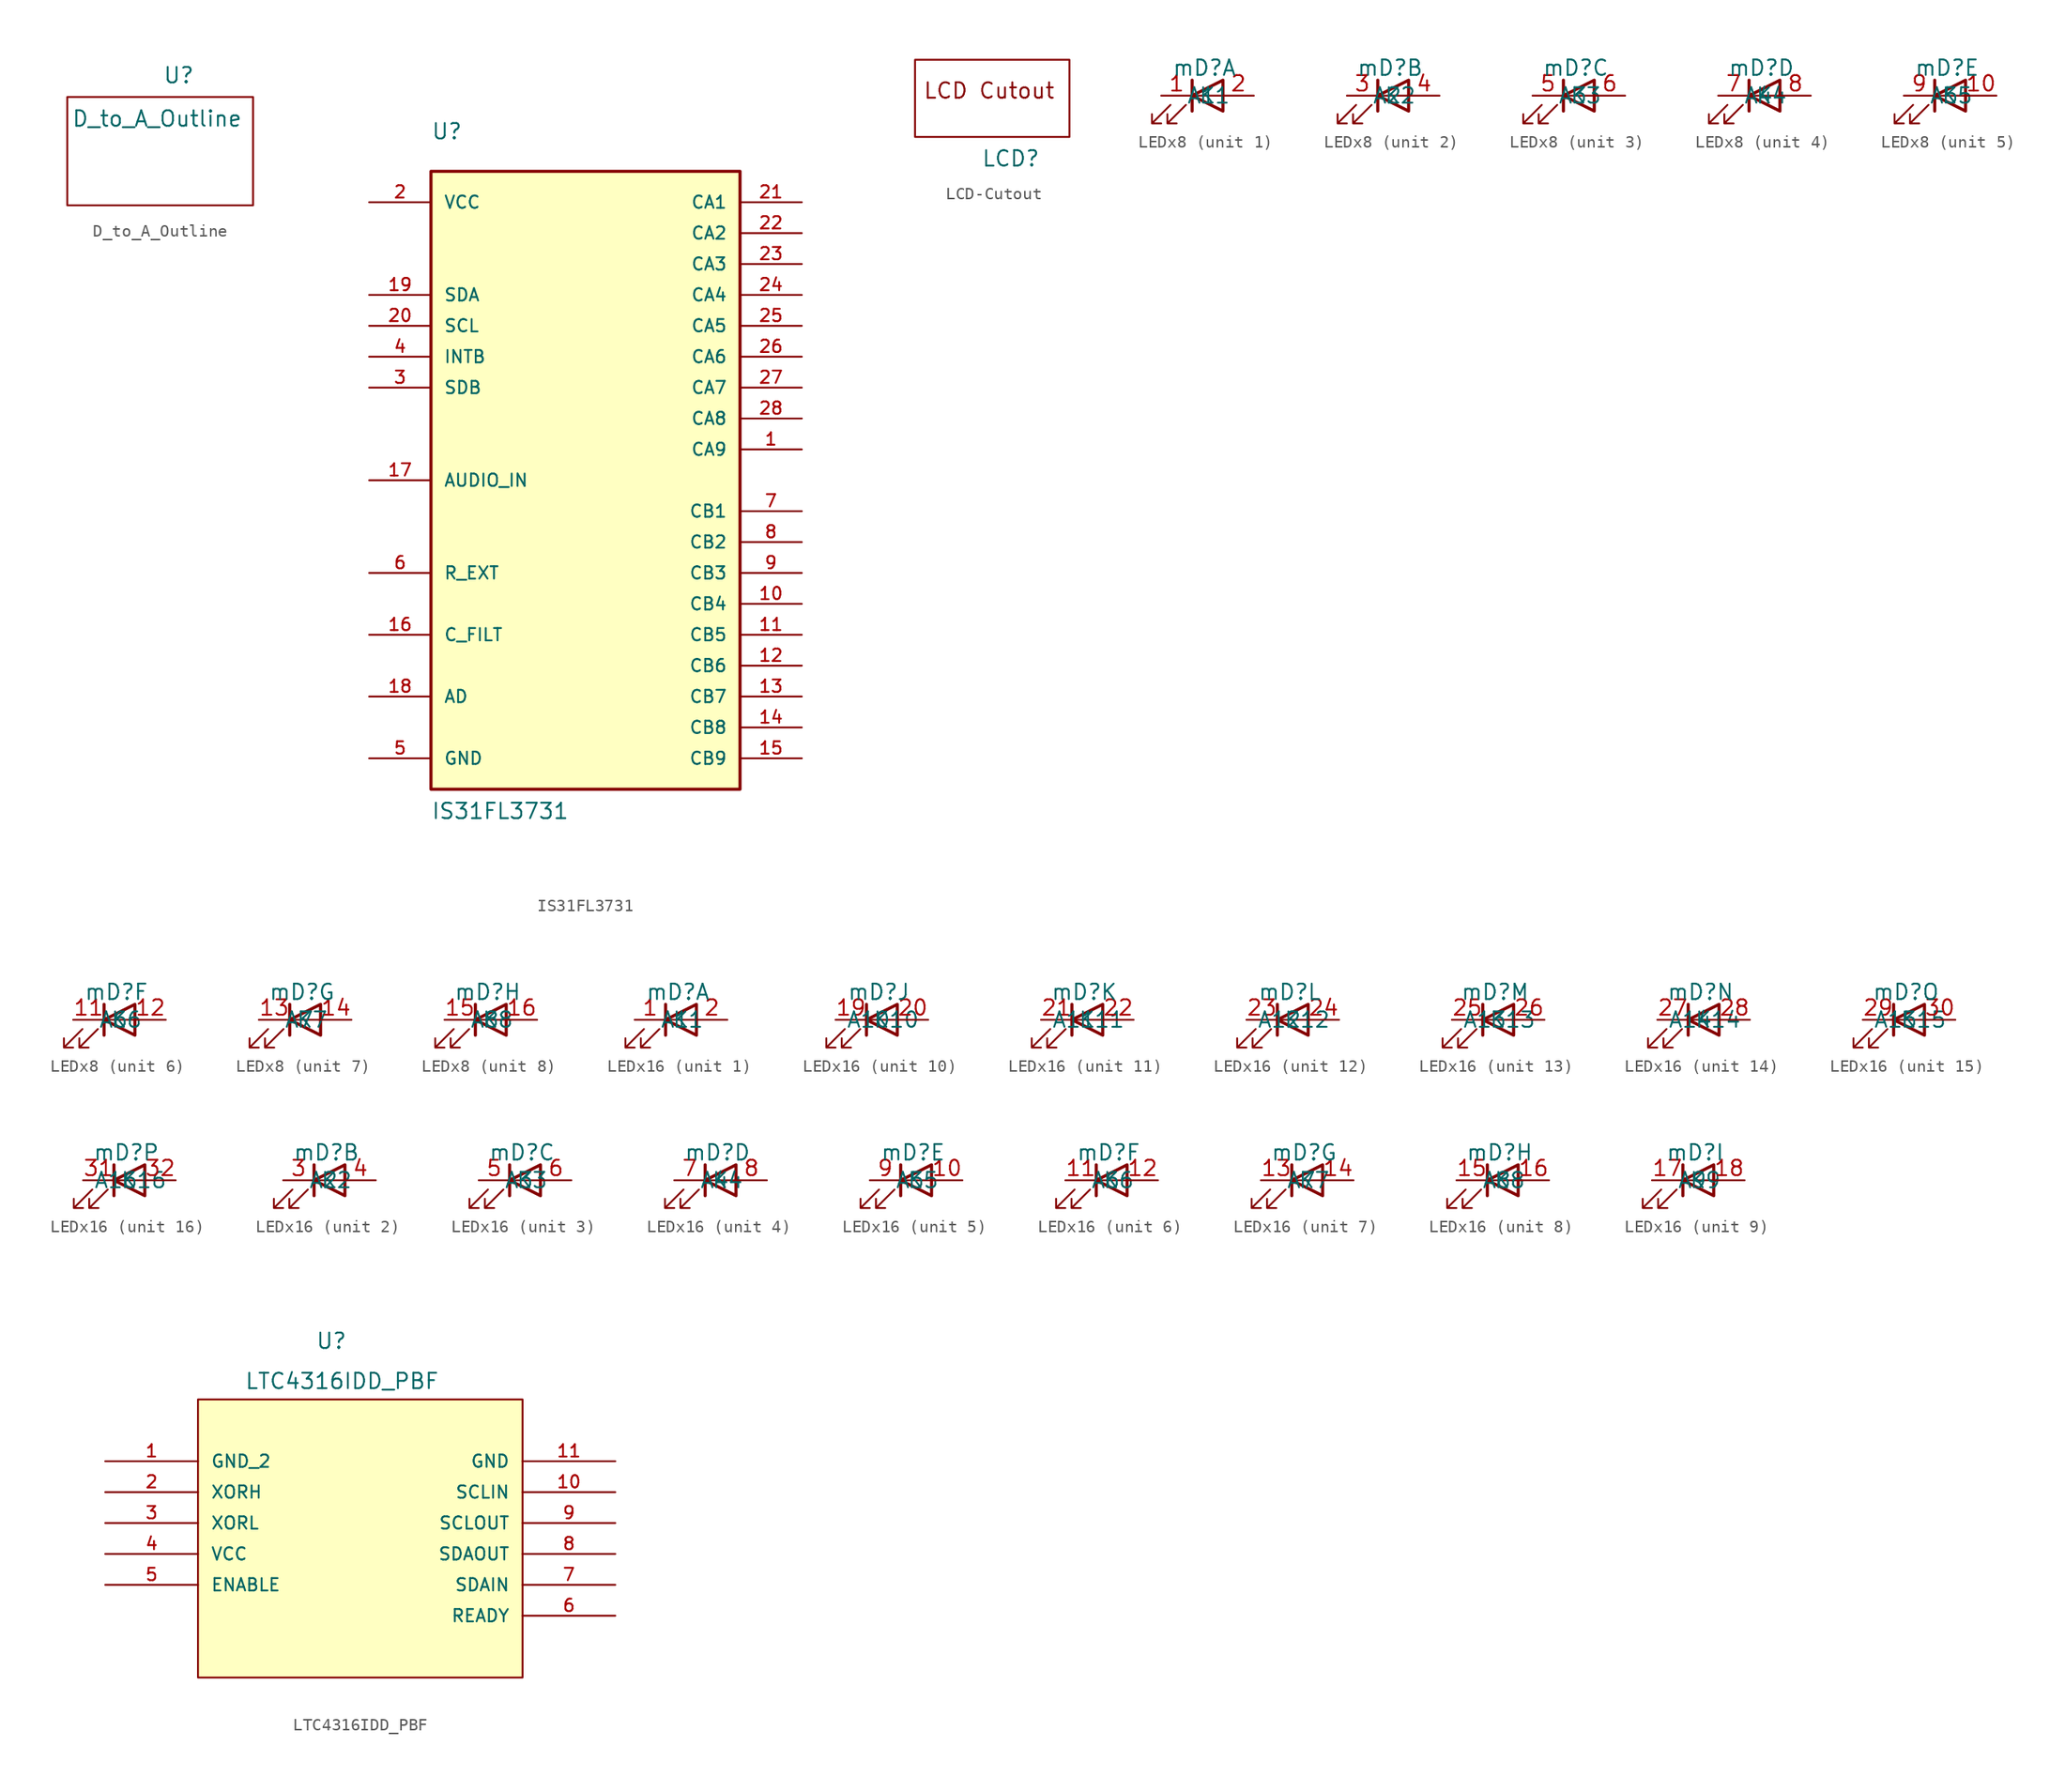
<source format=kicad_sym>
(kicad_symbol_lib
  (version 20231120)
  (generator "kicad_symbol_editor")
  (generator_version "8.0")
  (symbol "D_to_A_Outline"
    (property "Reference" "U"
      (at 1.524 6.858 0)
      (effects (font (size 1.27 1.27))))
    (property "Value" "D_to_A_Outline"
      (at -0.254 3.302 0)
      (effects (font (size 1.27 1.27))))
    (symbol "D_to_A_Outline_0_1"
      (rectangle (start -7.62 5.08) (end 7.62 -3.81) (stroke (width 0) (type default)) (fill (type none)))))
  (symbol "IS31FL3731"
    (pin_names
      (offset 1.016))
    (property "Reference" "U"
      (at -12.7 27.94 0)
      (effects (font (size 1.27 1.27)) (justify left bottom)))
    (property "Value" "IS31FL3731"
      (at -12.7 -27.94 0)
      (effects (font (size 1.27 1.27)) (justify left bottom)))
    (symbol "IS31FL3731_0_0"
      (rectangle (start -12.7 -25.4) (end 12.7 25.4) (stroke (width 0.254) (type default)) (fill (type background)))
      (pin bidirectional line (at 17.78 2.54 180) (length 5.08) (name "CA9" (effects (font (size 1.016 1.016)))) (number "1" (effects (font (size 1.016 1.016)))))
      (pin bidirectional line (at 17.78 -10.16 180) (length 5.08) (name "CB4" (effects (font (size 1.016 1.016)))) (number "10" (effects (font (size 1.016 1.016)))))
      (pin bidirectional line (at 17.78 -12.7 180) (length 5.08) (name "CB5" (effects (font (size 1.016 1.016)))) (number "11" (effects (font (size 1.016 1.016)))))
      (pin bidirectional line (at 17.78 -15.24 180) (length 5.08) (name "CB6" (effects (font (size 1.016 1.016)))) (number "12" (effects (font (size 1.016 1.016)))))
      (pin bidirectional line (at 17.78 -17.78 180) (length 5.08) (name "CB7" (effects (font (size 1.016 1.016)))) (number "13" (effects (font (size 1.016 1.016)))))
      (pin bidirectional line (at 17.78 -20.32 180) (length 5.08) (name "CB8" (effects (font (size 1.016 1.016)))) (number "14" (effects (font (size 1.016 1.016)))))
      (pin bidirectional line (at 17.78 -22.86 180) (length 5.08) (name "CB9" (effects (font (size 1.016 1.016)))) (number "15" (effects (font (size 1.016 1.016)))))
      (pin bidirectional line (at -17.78 -12.7 0) (length 5.08) (name "C_FILT" (effects (font (size 1.016 1.016)))) (number "16" (effects (font (size 1.016 1.016)))))
      (pin bidirectional line (at -17.78 0 0) (length 5.08) (name "AUDIO_IN" (effects (font (size 1.016 1.016)))) (number "17" (effects (font (size 1.016 1.016)))))
      (pin bidirectional line (at -17.78 -17.78 0) (length 5.08) (name "AD" (effects (font (size 1.016 1.016)))) (number "18" (effects (font (size 1.016 1.016)))))
      (pin bidirectional line (at -17.78 15.24 0) (length 5.08) (name "SDA" (effects (font (size 1.016 1.016)))) (number "19" (effects (font (size 1.016 1.016)))))
      (pin bidirectional line (at -17.78 22.86 0) (length 5.08) (name "VCC" (effects (font (size 1.016 1.016)))) (number "2" (effects (font (size 1.016 1.016)))))
      (pin bidirectional line (at -17.78 12.7 0) (length 5.08) (name "SCL" (effects (font (size 1.016 1.016)))) (number "20" (effects (font (size 1.016 1.016)))))
      (pin bidirectional line (at 17.78 22.86 180) (length 5.08) (name "CA1" (effects (font (size 1.016 1.016)))) (number "21" (effects (font (size 1.016 1.016)))))
      (pin bidirectional line (at 17.78 20.32 180) (length 5.08) (name "CA2" (effects (font (size 1.016 1.016)))) (number "22" (effects (font (size 1.016 1.016)))))
      (pin bidirectional line (at 17.78 17.78 180) (length 5.08) (name "CA3" (effects (font (size 1.016 1.016)))) (number "23" (effects (font (size 1.016 1.016)))))
      (pin bidirectional line (at 17.78 15.24 180) (length 5.08) (name "CA4" (effects (font (size 1.016 1.016)))) (number "24" (effects (font (size 1.016 1.016)))))
      (pin bidirectional line (at 17.78 12.7 180) (length 5.08) (name "CA5" (effects (font (size 1.016 1.016)))) (number "25" (effects (font (size 1.016 1.016)))))
      (pin bidirectional line (at 17.78 10.16 180) (length 5.08) (name "CA6" (effects (font (size 1.016 1.016)))) (number "26" (effects (font (size 1.016 1.016)))))
      (pin bidirectional line (at 17.78 7.62 180) (length 5.08) (name "CA7" (effects (font (size 1.016 1.016)))) (number "27" (effects (font (size 1.016 1.016)))))
      (pin bidirectional line (at 17.78 5.08 180) (length 5.08) (name "CA8" (effects (font (size 1.016 1.016)))) (number "28" (effects (font (size 1.016 1.016)))))
      (pin bidirectional line (at -17.78 7.62 0) (length 5.08) (name "SDB" (effects (font (size 1.016 1.016)))) (number "3" (effects (font (size 1.016 1.016)))))
      (pin bidirectional line (at -17.78 10.16 0) (length 5.08) (name "INTB" (effects (font (size 1.016 1.016)))) (number "4" (effects (font (size 1.016 1.016)))))
      (pin bidirectional line (at -17.78 -22.86 0) (length 5.08) (name "GND" (effects (font (size 1.016 1.016)))) (number "5" (effects (font (size 1.016 1.016)))))
      (pin bidirectional line (at -17.78 -7.62 0) (length 5.08) (name "R_EXT" (effects (font (size 1.016 1.016)))) (number "6" (effects (font (size 1.016 1.016)))))
      (pin bidirectional line (at 17.78 -2.54 180) (length 5.08) (name "CB1" (effects (font (size 1.016 1.016)))) (number "7" (effects (font (size 1.016 1.016)))))
      (pin bidirectional line (at 17.78 -5.08 180) (length 5.08) (name "CB2" (effects (font (size 1.016 1.016)))) (number "8" (effects (font (size 1.016 1.016)))))
      (pin bidirectional line (at 17.78 -7.62 180) (length 5.08) (name "CB3" (effects (font (size 1.016 1.016)))) (number "9" (effects (font (size 1.016 1.016)))))))
  (symbol "LCD-Cutout"
    (property "Reference" "LCD"
      (at -4.826 -1.778 0)
      (effects (font (size 1.27 1.27))))
    (property "Value" ""
      (at 0 0 0)
      (effects (font (size 1.27 1.27))))
    (symbol "LCD-Cutout_0_1"
      (rectangle (start -12.7 6.35) (end 0 0) (stroke (width 0) (type default)) (fill (type none))))
    (symbol "LCD-Cutout_1_1"
      (text "LCD Cutout" (at -6.604 3.81 0) (effects (font (size 1.27 1.27))))))
  (symbol "LEDx8"
    (property "Reference" "mD"
      (at -0.254 2.286 0)
      (effects (font (size 1.27 1.27))))
    (property "Value" ""
      (at 0 0 0)
      (effects (font (size 1.27 1.27))))
    (symbol "LEDx8_0_1"
      (polyline (pts (xy -1.27 -1.27) (xy -1.27 1.27)) (stroke (width 0.254) (type default)) (fill (type none)))
      (polyline (pts (xy -1.27 0) (xy 1.27 0)) (stroke (width 0) (type default)) (fill (type none)))
      (polyline (pts (xy 1.27 -1.27) (xy 1.27 1.27) (xy -1.27 0) (xy 1.27 -1.27)) (stroke (width 0.254) (type default)) (fill (type none)))
      (polyline (pts (xy -3.048 -0.762) (xy -4.572 -2.286) (xy -3.81 -2.286) (xy -4.572 -2.286) (xy -4.572 -1.524)) (stroke (width 0) (type default)) (fill (type none)))
      (polyline (pts (xy -1.778 -0.762) (xy -3.302 -2.286) (xy -2.54 -2.286) (xy -3.302 -2.286) (xy -3.302 -1.524)) (stroke (width 0) (type default)) (fill (type none))))
    (symbol "LEDx8_1_1"
      (pin passive line (at -3.81 0 0) (length 2.54) (name "K1" (effects (font (size 1.27 1.27)))) (number "1" (effects (font (size 1.27 1.27)))))
      (pin passive line (at 3.81 0 180) (length 2.54) (name "A1" (effects (font (size 1.27 1.27)))) (number "2" (effects (font (size 1.27 1.27))))))
    (symbol "LEDx8_2_1"
      (pin passive line (at -3.81 0 0) (length 2.54) (name "K2" (effects (font (size 1.27 1.27)))) (number "3" (effects (font (size 1.27 1.27)))))
      (pin passive line (at 3.81 0 180) (length 2.54) (name "A2" (effects (font (size 1.27 1.27)))) (number "4" (effects (font (size 1.27 1.27))))))
    (symbol "LEDx8_3_1"
      (pin passive line (at -3.81 0 0) (length 2.54) (name "K3" (effects (font (size 1.27 1.27)))) (number "5" (effects (font (size 1.27 1.27)))))
      (pin passive line (at 3.81 0 180) (length 2.54) (name "A3" (effects (font (size 1.27 1.27)))) (number "6" (effects (font (size 1.27 1.27))))))
    (symbol "LEDx8_4_1"
      (pin passive line (at -3.81 0 0) (length 2.54) (name "K4" (effects (font (size 1.27 1.27)))) (number "7" (effects (font (size 1.27 1.27)))))
      (pin passive line (at 3.81 0 180) (length 2.54) (name "A4" (effects (font (size 1.27 1.27)))) (number "8" (effects (font (size 1.27 1.27))))))
    (symbol "LEDx8_5_1"
      (pin passive line (at 3.81 0 180) (length 2.54) (name "A5" (effects (font (size 1.27 1.27)))) (number "10" (effects (font (size 1.27 1.27)))))
      (pin passive line (at -3.81 0 0) (length 2.54) (name "K5" (effects (font (size 1.27 1.27)))) (number "9" (effects (font (size 1.27 1.27))))))
    (symbol "LEDx8_6_1"
      (pin passive line (at -3.81 0 0) (length 2.54) (name "K6" (effects (font (size 1.27 1.27)))) (number "11" (effects (font (size 1.27 1.27)))))
      (pin passive line (at 3.81 0 180) (length 2.54) (name "A6" (effects (font (size 1.27 1.27)))) (number "12" (effects (font (size 1.27 1.27))))))
    (symbol "LEDx8_7_1"
      (pin passive line (at -3.81 0 0) (length 2.54) (name "K7" (effects (font (size 1.27 1.27)))) (number "13" (effects (font (size 1.27 1.27)))))
      (pin passive line (at 3.81 0 180) (length 2.54) (name "A7" (effects (font (size 1.27 1.27)))) (number "14" (effects (font (size 1.27 1.27))))))
    (symbol "LEDx8_8_1"
      (pin passive line (at -3.81 0 0) (length 2.54) (name "K8" (effects (font (size 1.27 1.27)))) (number "15" (effects (font (size 1.27 1.27)))))
      (pin passive line (at 3.81 0 180) (length 2.54) (name "A8" (effects (font (size 1.27 1.27)))) (number "16" (effects (font (size 1.27 1.27)))))))
  (symbol "LEDx16"
    (property "Reference" "mD"
      (at -0.254 2.286 0)
      (effects (font (size 1.27 1.27))))
    (property "Value" ""
      (at 0 0 0)
      (effects (font (size 1.27 1.27))))
    (symbol "LEDx16_0_1"
      (polyline (pts (xy -1.27 -1.27) (xy -1.27 1.27)) (stroke (width 0.254) (type default)) (fill (type none)))
      (polyline (pts (xy -1.27 0) (xy 1.27 0)) (stroke (width 0) (type default)) (fill (type none)))
      (polyline (pts (xy 1.27 -1.27) (xy 1.27 1.27) (xy -1.27 0) (xy 1.27 -1.27)) (stroke (width 0.254) (type default)) (fill (type none)))
      (polyline (pts (xy -3.048 -0.762) (xy -4.572 -2.286) (xy -3.81 -2.286) (xy -4.572 -2.286) (xy -4.572 -1.524)) (stroke (width 0) (type default)) (fill (type none)))
      (polyline (pts (xy -1.778 -0.762) (xy -3.302 -2.286) (xy -2.54 -2.286) (xy -3.302 -2.286) (xy -3.302 -1.524)) (stroke (width 0) (type default)) (fill (type none))))
    (symbol "LEDx16_1_1"
      (pin passive line (at -3.81 0 0) (length 2.54) (name "K1" (effects (font (size 1.27 1.27)))) (number "1" (effects (font (size 1.27 1.27)))))
      (pin passive line (at 3.81 0 180) (length 2.54) (name "A1" (effects (font (size 1.27 1.27)))) (number "2" (effects (font (size 1.27 1.27))))))
    (symbol "LEDx16_2_1"
      (pin passive line (at -3.81 0 0) (length 2.54) (name "K2" (effects (font (size 1.27 1.27)))) (number "3" (effects (font (size 1.27 1.27)))))
      (pin passive line (at 3.81 0 180) (length 2.54) (name "A2" (effects (font (size 1.27 1.27)))) (number "4" (effects (font (size 1.27 1.27))))))
    (symbol "LEDx16_3_1"
      (pin passive line (at -3.81 0 0) (length 2.54) (name "K3" (effects (font (size 1.27 1.27)))) (number "5" (effects (font (size 1.27 1.27)))))
      (pin passive line (at 3.81 0 180) (length 2.54) (name "A3" (effects (font (size 1.27 1.27)))) (number "6" (effects (font (size 1.27 1.27))))))
    (symbol "LEDx16_4_1"
      (pin passive line (at -3.81 0 0) (length 2.54) (name "K4" (effects (font (size 1.27 1.27)))) (number "7" (effects (font (size 1.27 1.27)))))
      (pin passive line (at 3.81 0 180) (length 2.54) (name "A4" (effects (font (size 1.27 1.27)))) (number "8" (effects (font (size 1.27 1.27))))))
    (symbol "LEDx16_5_1"
      (pin passive line (at 3.81 0 180) (length 2.54) (name "A5" (effects (font (size 1.27 1.27)))) (number "10" (effects (font (size 1.27 1.27)))))
      (pin passive line (at -3.81 0 0) (length 2.54) (name "K5" (effects (font (size 1.27 1.27)))) (number "9" (effects (font (size 1.27 1.27))))))
    (symbol "LEDx16_6_1"
      (pin passive line (at -3.81 0 0) (length 2.54) (name "K6" (effects (font (size 1.27 1.27)))) (number "11" (effects (font (size 1.27 1.27)))))
      (pin passive line (at 3.81 0 180) (length 2.54) (name "A6" (effects (font (size 1.27 1.27)))) (number "12" (effects (font (size 1.27 1.27))))))
    (symbol "LEDx16_7_1"
      (pin passive line (at -3.81 0 0) (length 2.54) (name "K7" (effects (font (size 1.27 1.27)))) (number "13" (effects (font (size 1.27 1.27)))))
      (pin passive line (at 3.81 0 180) (length 2.54) (name "A7" (effects (font (size 1.27 1.27)))) (number "14" (effects (font (size 1.27 1.27))))))
    (symbol "LEDx16_8_1"
      (pin passive line (at -3.81 0 0) (length 2.54) (name "K8" (effects (font (size 1.27 1.27)))) (number "15" (effects (font (size 1.27 1.27)))))
      (pin passive line (at 3.81 0 180) (length 2.54) (name "A8" (effects (font (size 1.27 1.27)))) (number "16" (effects (font (size 1.27 1.27))))))
    (symbol "LEDx16_9_1"
      (pin passive line (at -3.81 0 0) (length 2.54) (name "K9" (effects (font (size 1.27 1.27)))) (number "17" (effects (font (size 1.27 1.27)))))
      (pin passive line (at 3.81 0 180) (length 2.54) (name "A9" (effects (font (size 1.27 1.27)))) (number "18" (effects (font (size 1.27 1.27))))))
    (symbol "LEDx16_10_1"
      (pin passive line (at -3.81 0 0) (length 2.54) (name "K10" (effects (font (size 1.27 1.27)))) (number "19" (effects (font (size 1.27 1.27)))))
      (pin passive line (at 3.81 0 180) (length 2.54) (name "A10" (effects (font (size 1.27 1.27)))) (number "20" (effects (font (size 1.27 1.27))))))
    (symbol "LEDx16_11_1"
      (pin passive line (at -3.81 0 0) (length 2.54) (name "K11" (effects (font (size 1.27 1.27)))) (number "21" (effects (font (size 1.27 1.27)))))
      (pin passive line (at 3.81 0 180) (length 2.54) (name "A11" (effects (font (size 1.27 1.27)))) (number "22" (effects (font (size 1.27 1.27))))))
    (symbol "LEDx16_12_1"
      (pin passive line (at -3.81 0 0) (length 2.54) (name "K12" (effects (font (size 1.27 1.27)))) (number "23" (effects (font (size 1.27 1.27)))))
      (pin passive line (at 3.81 0 180) (length 2.54) (name "A12" (effects (font (size 1.27 1.27)))) (number "24" (effects (font (size 1.27 1.27))))))
    (symbol "LEDx16_13_1"
      (pin passive line (at -3.81 0 0) (length 2.54) (name "K13" (effects (font (size 1.27 1.27)))) (number "25" (effects (font (size 1.27 1.27)))))
      (pin passive line (at 3.81 0 180) (length 2.54) (name "A13" (effects (font (size 1.27 1.27)))) (number "26" (effects (font (size 1.27 1.27))))))
    (symbol "LEDx16_14_1"
      (pin passive line (at -3.81 0 0) (length 2.54) (name "K14" (effects (font (size 1.27 1.27)))) (number "27" (effects (font (size 1.27 1.27)))))
      (pin passive line (at 3.81 0 180) (length 2.54) (name "A14" (effects (font (size 1.27 1.27)))) (number "28" (effects (font (size 1.27 1.27))))))
    (symbol "LEDx16_15_1"
      (pin passive line (at -3.81 0 0) (length 2.54) (name "K15" (effects (font (size 1.27 1.27)))) (number "29" (effects (font (size 1.27 1.27)))))
      (pin passive line (at 3.81 0 180) (length 2.54) (name "A15" (effects (font (size 1.27 1.27)))) (number "30" (effects (font (size 1.27 1.27))))))
    (symbol "LEDx16_16_1"
      (pin passive line (at -3.81 0 0) (length 2.54) (name "K16" (effects (font (size 1.27 1.27)))) (number "31" (effects (font (size 1.27 1.27)))))
      (pin passive line (at 3.81 0 180) (length 2.54) (name "A16" (effects (font (size 1.27 1.27)))) (number "32" (effects (font (size 1.27 1.27)))))))
  (symbol "LTC4316IDD_PBF"
    (pin_names
      (offset 1.016))
    (property "Reference" "U"
      (at 46.482 9.144 0)
      (effects (font (size 1.27 1.27)) (justify left bottom)))
    (property "Value" "LTC4316IDD_PBF"
      (at 40.64 5.842 0)
      (effects (font (size 1.27 1.27)) (justify left bottom)))
    (symbol "LTC4316IDD_PBF_0_0"
      (rectangle (start 36.83 5.08) (end 63.5 -17.78) (stroke (width 0.152) (type default)) (fill (type background)))
      (pin power_in line (at 29.21 0 0) (length 7.62) (name "GND_2" (effects (font (size 1.016 1.016)))) (number "1" (effects (font (size 1.016 1.016)))))
      (pin bidirectional line (at 71.12 -2.54 180) (length 7.62) (name "SCLIN" (effects (font (size 1.016 1.016)))) (number "10" (effects (font (size 1.016 1.016)))))
      (pin power_in line (at 71.12 0 180) (length 7.62) (name "GND" (effects (font (size 1.016 1.016)))) (number "11" (effects (font (size 1.016 1.016)))))
      (pin input line (at 29.21 -2.54 0) (length 7.62) (name "XORH" (effects (font (size 1.016 1.016)))) (number "2" (effects (font (size 1.016 1.016)))))
      (pin input line (at 29.21 -5.08 0) (length 7.62) (name "XORL" (effects (font (size 1.016 1.016)))) (number "3" (effects (font (size 1.016 1.016)))))
      (pin power_in line (at 29.21 -7.62 0) (length 7.62) (name "VCC" (effects (font (size 1.016 1.016)))) (number "4" (effects (font (size 1.016 1.016)))))
      (pin input line (at 29.21 -10.16 0) (length 7.62) (name "ENABLE" (effects (font (size 1.016 1.016)))) (number "5" (effects (font (size 1.016 1.016)))))
      (pin output line (at 71.12 -12.7 180) (length 7.62) (name "READY" (effects (font (size 1.016 1.016)))) (number "6" (effects (font (size 1.016 1.016)))))
      (pin bidirectional line (at 71.12 -10.16 180) (length 7.62) (name "SDAIN" (effects (font (size 1.016 1.016)))) (number "7" (effects (font (size 1.016 1.016)))))
      (pin bidirectional line (at 71.12 -7.62 180) (length 7.62) (name "SDAOUT" (effects (font (size 1.016 1.016)))) (number "8" (effects (font (size 1.016 1.016)))))
      (pin bidirectional line (at 71.12 -5.08 180) (length 7.62) (name "SCLOUT" (effects (font (size 1.016 1.016)))) (number "9" (effects (font (size 1.016 1.016))))))))
</source>
